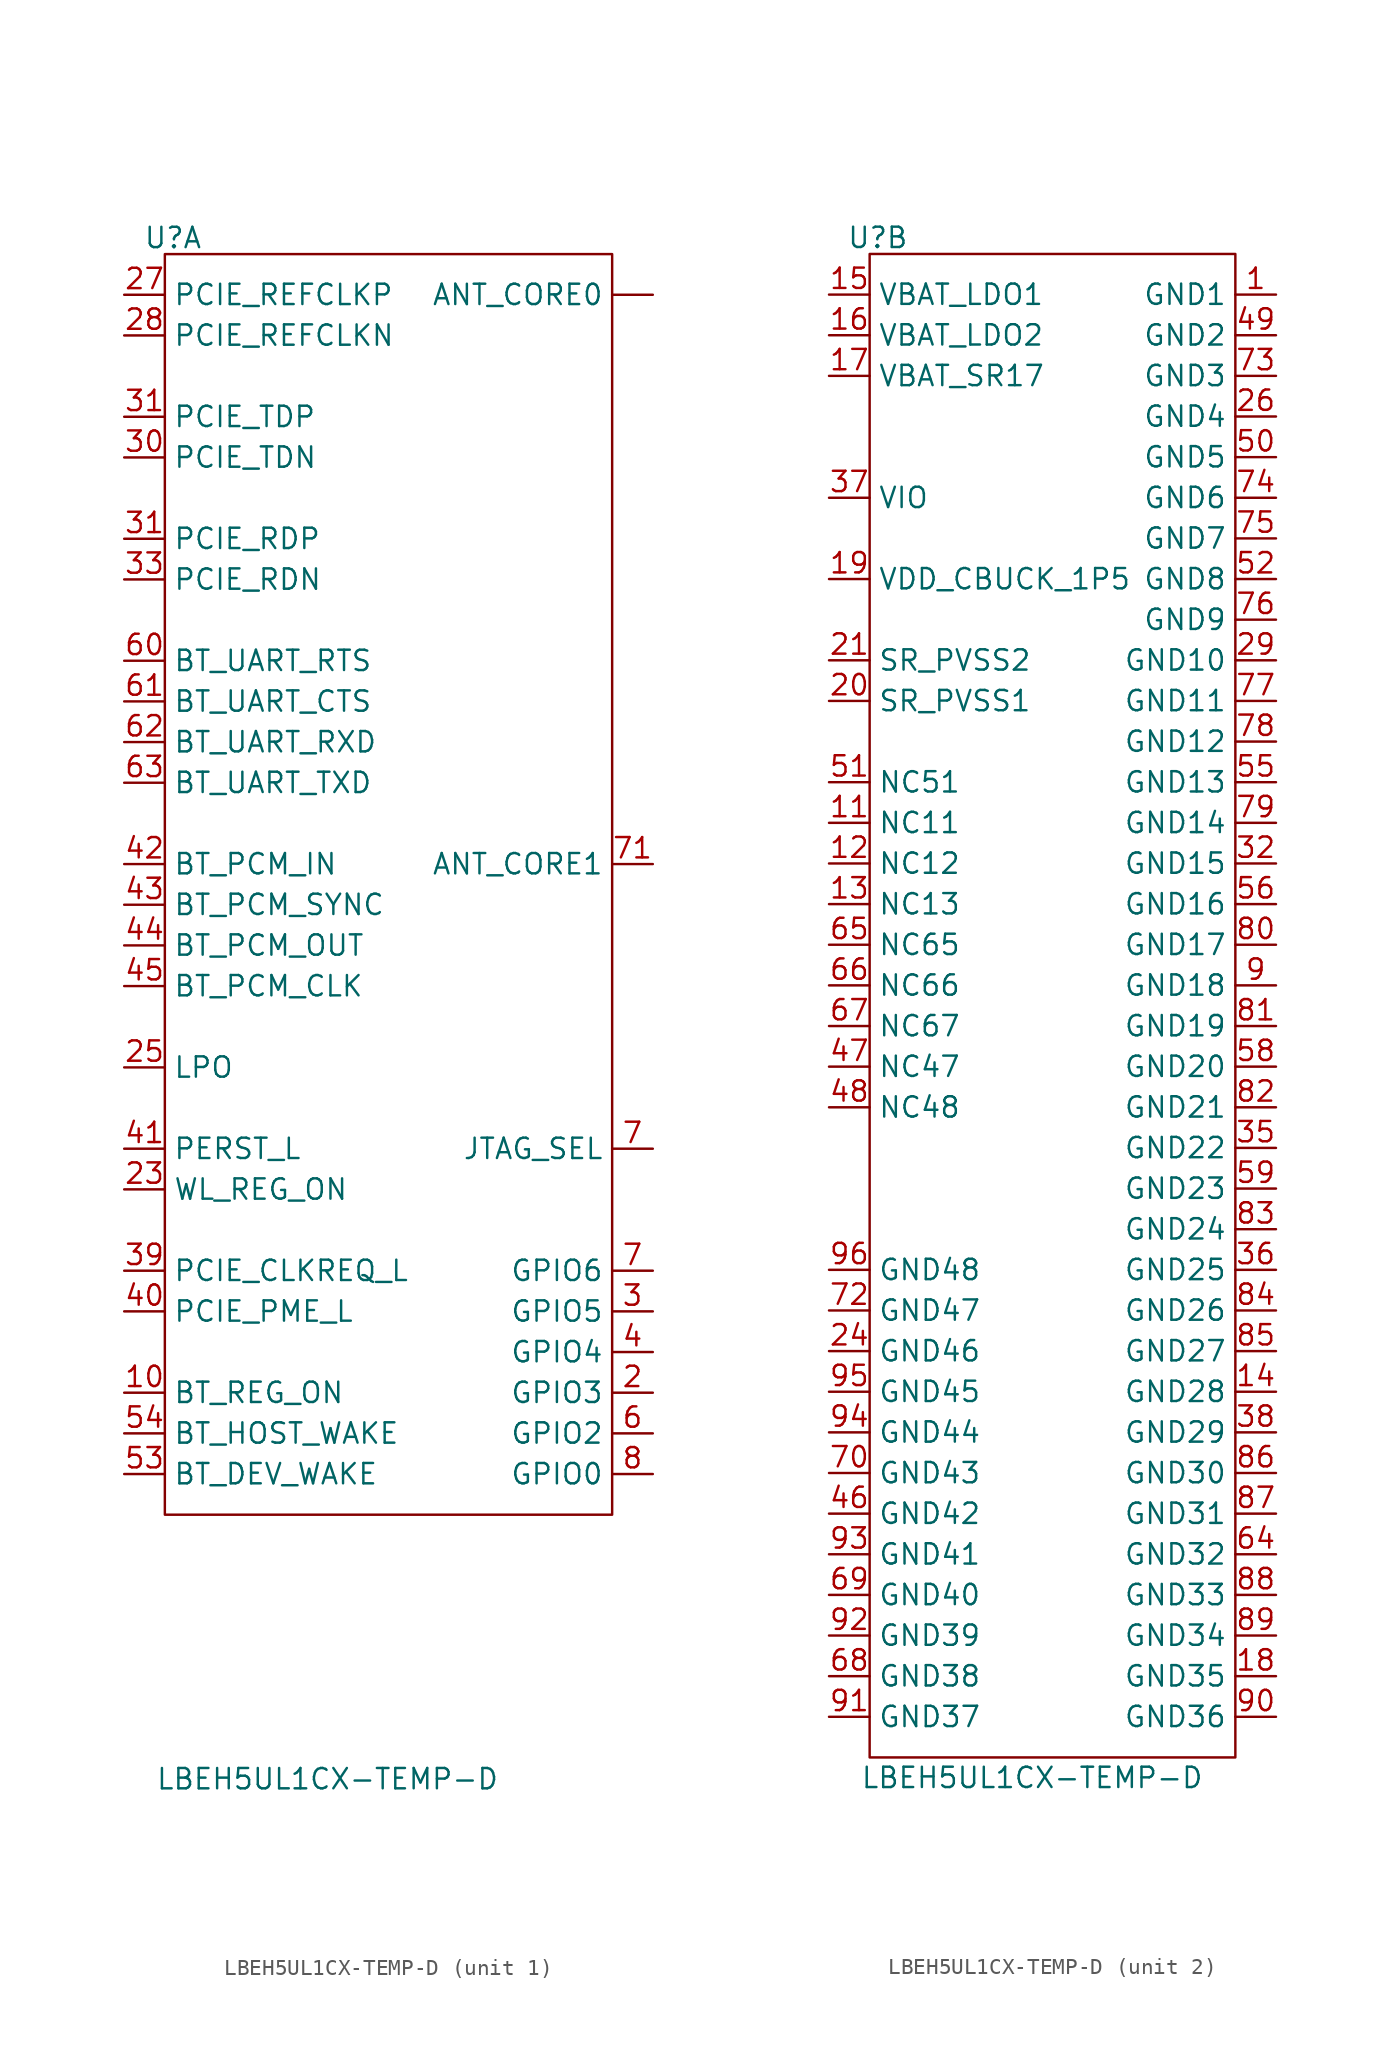
<source format=kicad_sym>
(kicad_symbol_lib
  (version 20231120)
  (generator "kicad_symbol_editor")
  (generator_version "7.99")
  (symbol "LBEH5UL1CX-TEMP-D"
    (property "Reference" "U"
      (at 0.508 1.016 0)
      (effects (font (size 1.27 1.27))))
    (property "Value" "LBEH5UL1CX-TEMP-D"
      (at 10.16 -95.25 0)
      (effects (font (size 1.27 1.27))))
    (property "ki_locked" ""
      (at 0 0 0)
      (effects (font (size 1.27 1.27))))
    (symbol "LBEH5UL1CX-TEMP-D_1_0"
      (pin unspecified line (at 30.48 -2.54 180) (length 2.54) (name "ANT_CORE0" (effects (font (size 1.27 1.27)))) (number "" (effects (font (size 1.27 1.27)))))
      (pin unspecified line (at -2.54 -71.12 0) (length 2.54) (name "BT_REG_ON" (effects (font (size 1.27 1.27)))) (number "10" (effects (font (size 1.27 1.27)))))
      (pin unspecified line (at 30.48 -71.12 180) (length 2.54) (name "GPIO3" (effects (font (size 1.27 1.27)))) (number "2" (effects (font (size 1.27 1.27)))))
      (pin unspecified line (at -2.54 -58.42 0) (length 2.54) (name "WL_REG_ON" (effects (font (size 1.27 1.27)))) (number "23" (effects (font (size 1.27 1.27)))))
      (pin unspecified line (at -2.54 -50.8 0) (length 2.54) (name "LPO" (effects (font (size 1.27 1.27)))) (number "25" (effects (font (size 1.27 1.27)))))
      (pin unspecified line (at -2.54 -2.54 0) (length 2.54) (name "PCIE_REFCLKP" (effects (font (size 1.27 1.27)))) (number "27" (effects (font (size 1.27 1.27)))))
      (pin unspecified line (at -2.54 -5.08 0) (length 2.54) (name "PCIE_REFCLKN" (effects (font (size 1.27 1.27)))) (number "28" (effects (font (size 1.27 1.27)))))
      (pin unspecified line (at 30.48 -66.04 180) (length 2.54) (name "GPIO5" (effects (font (size 1.27 1.27)))) (number "3" (effects (font (size 1.27 1.27)))))
      (pin unspecified line (at -2.54 -12.7 0) (length 2.54) (name "PCIE_TDN" (effects (font (size 1.27 1.27)))) (number "30" (effects (font (size 1.27 1.27)))))
      (pin unspecified line (at -2.54 -17.78 0) (length 2.54) (name "PCIE_RDP" (effects (font (size 1.27 1.27)))) (number "31" (effects (font (size 1.27 1.27)))))
      (pin unspecified line (at -2.54 -10.16 0) (length 2.54) (name "PCIE_TDP" (effects (font (size 1.27 1.27)))) (number "31" (effects (font (size 1.27 1.27)))))
      (pin unspecified line (at -2.54 -20.32 0) (length 2.54) (name "PCIE_RDN" (effects (font (size 1.27 1.27)))) (number "33" (effects (font (size 1.27 1.27)))))
      (pin unspecified line (at -2.54 -63.5 0) (length 2.54) (name "PCIE_CLKREQ_L" (effects (font (size 1.27 1.27)))) (number "39" (effects (font (size 1.27 1.27)))))
      (pin unspecified line (at 30.48 -68.58 180) (length 2.54) (name "GPIO4" (effects (font (size 1.27 1.27)))) (number "4" (effects (font (size 1.27 1.27)))))
      (pin unspecified line (at -2.54 -66.04 0) (length 2.54) (name "PCIE_PME_L" (effects (font (size 1.27 1.27)))) (number "40" (effects (font (size 1.27 1.27)))))
      (pin unspecified line (at -2.54 -55.88 0) (length 2.54) (name "PERST_L" (effects (font (size 1.27 1.27)))) (number "41" (effects (font (size 1.27 1.27)))))
      (pin unspecified line (at -2.54 -38.1 0) (length 2.54) (name "BT_PCM_IN" (effects (font (size 1.27 1.27)))) (number "42" (effects (font (size 1.27 1.27)))))
      (pin unspecified line (at -2.54 -40.64 0) (length 2.54) (name "BT_PCM_SYNC" (effects (font (size 1.27 1.27)))) (number "43" (effects (font (size 1.27 1.27)))))
      (pin unspecified line (at -2.54 -43.18 0) (length 2.54) (name "BT_PCM_OUT" (effects (font (size 1.27 1.27)))) (number "44" (effects (font (size 1.27 1.27)))))
      (pin unspecified line (at -2.54 -45.72 0) (length 2.54) (name "BT_PCM_CLK" (effects (font (size 1.27 1.27)))) (number "45" (effects (font (size 1.27 1.27)))))
      (pin unspecified line (at -2.54 -76.2 0) (length 2.54) (name "BT_DEV_WAKE" (effects (font (size 1.27 1.27)))) (number "53" (effects (font (size 1.27 1.27)))))
      (pin unspecified line (at -2.54 -73.66 0) (length 2.54) (name "BT_HOST_WAKE" (effects (font (size 1.27 1.27)))) (number "54" (effects (font (size 1.27 1.27)))))
      (pin unspecified line (at 30.48 -73.66 180) (length 2.54) (name "GPIO2" (effects (font (size 1.27 1.27)))) (number "6" (effects (font (size 1.27 1.27)))))
      (pin unspecified line (at -2.54 -25.4 0) (length 2.54) (name "BT_UART_RTS" (effects (font (size 1.27 1.27)))) (number "60" (effects (font (size 1.27 1.27)))))
      (pin unspecified line (at -2.54 -27.94 0) (length 2.54) (name "BT_UART_CTS" (effects (font (size 1.27 1.27)))) (number "61" (effects (font (size 1.27 1.27)))))
      (pin unspecified line (at -2.54 -30.48 0) (length 2.54) (name "BT_UART_RXD" (effects (font (size 1.27 1.27)))) (number "62" (effects (font (size 1.27 1.27)))))
      (pin unspecified line (at -2.54 -33.02 0) (length 2.54) (name "BT_UART_TXD" (effects (font (size 1.27 1.27)))) (number "63" (effects (font (size 1.27 1.27)))))
      (pin unspecified line (at 30.48 -63.5 180) (length 2.54) (name "GPIO6" (effects (font (size 1.27 1.27)))) (number "7" (effects (font (size 1.27 1.27)))))
      (pin unspecified line (at 30.48 -55.88 180) (length 2.54) (name "JTAG_SEL" (effects (font (size 1.27 1.27)))) (number "7" (effects (font (size 1.27 1.27)))))
      (pin unspecified line (at 30.48 -38.1 180) (length 2.54) (name "ANT_CORE1" (effects (font (size 1.27 1.27)))) (number "71" (effects (font (size 1.27 1.27)))))
      (pin unspecified line (at 30.48 -76.2 180) (length 2.54) (name "GPIO0" (effects (font (size 1.27 1.27)))) (number "8" (effects (font (size 1.27 1.27))))))
    (symbol "LBEH5UL1CX-TEMP-D_1_1"
      (rectangle (start 0 0) (end 27.94 -78.74) (stroke (width 0) (type default)) (fill (type none))))
    (symbol "LBEH5UL1CX-TEMP-D_2_0"
      (pin unspecified line (at 25.4 -2.54 180) (length 2.54) (name "GND1" (effects (font (size 1.27 1.27)))) (number "1" (effects (font (size 1.27 1.27)))))
      (pin unspecified line (at -2.54 -35.56 0) (length 2.54) (name "NC11" (effects (font (size 1.27 1.27)))) (number "11" (effects (font (size 1.27 1.27)))))
      (pin unspecified line (at -2.54 -38.1 0) (length 2.54) (name "NC12" (effects (font (size 1.27 1.27)))) (number "12" (effects (font (size 1.27 1.27)))))
      (pin unspecified line (at -2.54 -40.64 0) (length 2.54) (name "NC13" (effects (font (size 1.27 1.27)))) (number "13" (effects (font (size 1.27 1.27)))))
      (pin unspecified line (at 25.4 -71.12 180) (length 2.54) (name "GND28" (effects (font (size 1.27 1.27)))) (number "14" (effects (font (size 1.27 1.27)))))
      (pin unspecified line (at -2.54 -2.54 0) (length 2.54) (name "VBAT_LDO1" (effects (font (size 1.27 1.27)))) (number "15" (effects (font (size 1.27 1.27)))))
      (pin unspecified line (at -2.54 -5.08 0) (length 2.54) (name "VBAT_LDO2" (effects (font (size 1.27 1.27)))) (number "16" (effects (font (size 1.27 1.27)))))
      (pin unspecified line (at -2.54 -7.62 0) (length 2.54) (name "VBAT_SR17" (effects (font (size 1.27 1.27)))) (number "17" (effects (font (size 1.27 1.27)))))
      (pin unspecified line (at 25.4 -88.9 180) (length 2.54) (name "GND35" (effects (font (size 1.27 1.27)))) (number "18" (effects (font (size 1.27 1.27)))))
      (pin unspecified line (at -2.54 -20.32 0) (length 2.54) (name "VDD_CBUCK_1P5" (effects (font (size 1.27 1.27)))) (number "19" (effects (font (size 1.27 1.27)))))
      (pin unspecified line (at -2.54 -27.94 0) (length 2.54) (name "SR_PVSS1" (effects (font (size 1.27 1.27)))) (number "20" (effects (font (size 1.27 1.27)))))
      (pin unspecified line (at -2.54 -25.4 0) (length 2.54) (name "SR_PVSS2" (effects (font (size 1.27 1.27)))) (number "21" (effects (font (size 1.27 1.27)))))
      (pin unspecified line (at -2.54 -68.58 0) (length 2.54) (name "GND46" (effects (font (size 1.27 1.27)))) (number "24" (effects (font (size 1.27 1.27)))))
      (pin unspecified line (at 25.4 -10.16 180) (length 2.54) (name "GND4" (effects (font (size 1.27 1.27)))) (number "26" (effects (font (size 1.27 1.27)))))
      (pin unspecified line (at 25.4 -25.4 180) (length 2.54) (name "GND10" (effects (font (size 1.27 1.27)))) (number "29" (effects (font (size 1.27 1.27)))))
      (pin unspecified line (at 25.4 -38.1 180) (length 2.54) (name "GND15" (effects (font (size 1.27 1.27)))) (number "32" (effects (font (size 1.27 1.27)))))
      (pin unspecified line (at 25.4 -55.88 180) (length 2.54) (name "GND22" (effects (font (size 1.27 1.27)))) (number "35" (effects (font (size 1.27 1.27)))))
      (pin unspecified line (at 25.4 -63.5 180) (length 2.54) (name "GND25" (effects (font (size 1.27 1.27)))) (number "36" (effects (font (size 1.27 1.27)))))
      (pin unspecified line (at -2.54 -15.24 0) (length 2.54) (name "VIO" (effects (font (size 1.27 1.27)))) (number "37" (effects (font (size 1.27 1.27)))))
      (pin unspecified line (at 25.4 -73.66 180) (length 2.54) (name "GND29" (effects (font (size 1.27 1.27)))) (number "38" (effects (font (size 1.27 1.27)))))
      (pin unspecified line (at -2.54 -78.74 0) (length 2.54) (name "GND42" (effects (font (size 1.27 1.27)))) (number "46" (effects (font (size 1.27 1.27)))))
      (pin unspecified line (at -2.54 -50.8 0) (length 2.54) (name "NC47" (effects (font (size 1.27 1.27)))) (number "47" (effects (font (size 1.27 1.27)))))
      (pin unspecified line (at -2.54 -53.34 0) (length 2.54) (name "NC48" (effects (font (size 1.27 1.27)))) (number "48" (effects (font (size 1.27 1.27)))))
      (pin unspecified line (at 25.4 -5.08 180) (length 2.54) (name "GND2" (effects (font (size 1.27 1.27)))) (number "49" (effects (font (size 1.27 1.27)))))
      (pin unspecified line (at 25.4 -12.7 180) (length 2.54) (name "GND5" (effects (font (size 1.27 1.27)))) (number "50" (effects (font (size 1.27 1.27)))))
      (pin unspecified line (at -2.54 -33.02 0) (length 2.54) (name "NC51" (effects (font (size 1.27 1.27)))) (number "51" (effects (font (size 1.27 1.27)))))
      (pin unspecified line (at 25.4 -20.32 180) (length 2.54) (name "GND8" (effects (font (size 1.27 1.27)))) (number "52" (effects (font (size 1.27 1.27)))))
      (pin unspecified line (at 25.4 -33.02 180) (length 2.54) (name "GND13" (effects (font (size 1.27 1.27)))) (number "55" (effects (font (size 1.27 1.27)))))
      (pin unspecified line (at 25.4 -40.64 180) (length 2.54) (name "GND16" (effects (font (size 1.27 1.27)))) (number "56" (effects (font (size 1.27 1.27)))))
      (pin unspecified line (at 25.4 -50.8 180) (length 2.54) (name "GND20" (effects (font (size 1.27 1.27)))) (number "58" (effects (font (size 1.27 1.27)))))
      (pin unspecified line (at 25.4 -58.42 180) (length 2.54) (name "GND23" (effects (font (size 1.27 1.27)))) (number "59" (effects (font (size 1.27 1.27)))))
      (pin unspecified line (at 25.4 -81.28 180) (length 2.54) (name "GND32" (effects (font (size 1.27 1.27)))) (number "64" (effects (font (size 1.27 1.27)))))
      (pin unspecified line (at -2.54 -43.18 0) (length 2.54) (name "NC65" (effects (font (size 1.27 1.27)))) (number "65" (effects (font (size 1.27 1.27)))))
      (pin unspecified line (at -2.54 -45.72 0) (length 2.54) (name "NC66" (effects (font (size 1.27 1.27)))) (number "66" (effects (font (size 1.27 1.27)))))
      (pin unspecified line (at -2.54 -48.26 0) (length 2.54) (name "NC67" (effects (font (size 1.27 1.27)))) (number "67" (effects (font (size 1.27 1.27)))))
      (pin unspecified line (at -2.54 -88.9 0) (length 2.54) (name "GND38" (effects (font (size 1.27 1.27)))) (number "68" (effects (font (size 1.27 1.27)))))
      (pin unspecified line (at -2.54 -83.82 0) (length 2.54) (name "GND40" (effects (font (size 1.27 1.27)))) (number "69" (effects (font (size 1.27 1.27)))))
      (pin unspecified line (at -2.54 -76.2 0) (length 2.54) (name "GND43" (effects (font (size 1.27 1.27)))) (number "70" (effects (font (size 1.27 1.27)))))
      (pin unspecified line (at -2.54 -66.04 0) (length 2.54) (name "GND47" (effects (font (size 1.27 1.27)))) (number "72" (effects (font (size 1.27 1.27)))))
      (pin unspecified line (at 25.4 -7.62 180) (length 2.54) (name "GND3" (effects (font (size 1.27 1.27)))) (number "73" (effects (font (size 1.27 1.27)))))
      (pin unspecified line (at 25.4 -15.24 180) (length 2.54) (name "GND6" (effects (font (size 1.27 1.27)))) (number "74" (effects (font (size 1.27 1.27)))))
      (pin unspecified line (at 25.4 -17.78 180) (length 2.54) (name "GND7" (effects (font (size 1.27 1.27)))) (number "75" (effects (font (size 1.27 1.27)))))
      (pin unspecified line (at 25.4 -22.86 180) (length 2.54) (name "GND9" (effects (font (size 1.27 1.27)))) (number "76" (effects (font (size 1.27 1.27)))))
      (pin unspecified line (at 25.4 -27.94 180) (length 2.54) (name "GND11" (effects (font (size 1.27 1.27)))) (number "77" (effects (font (size 1.27 1.27)))))
      (pin unspecified line (at 25.4 -30.48 180) (length 2.54) (name "GND12" (effects (font (size 1.27 1.27)))) (number "78" (effects (font (size 1.27 1.27)))))
      (pin unspecified line (at 25.4 -35.56 180) (length 2.54) (name "GND14" (effects (font (size 1.27 1.27)))) (number "79" (effects (font (size 1.27 1.27)))))
      (pin unspecified line (at 25.4 -43.18 180) (length 2.54) (name "GND17" (effects (font (size 1.27 1.27)))) (number "80" (effects (font (size 1.27 1.27)))))
      (pin unspecified line (at 25.4 -48.26 180) (length 2.54) (name "GND19" (effects (font (size 1.27 1.27)))) (number "81" (effects (font (size 1.27 1.27)))))
      (pin unspecified line (at 25.4 -53.34 180) (length 2.54) (name "GND21" (effects (font (size 1.27 1.27)))) (number "82" (effects (font (size 1.27 1.27)))))
      (pin unspecified line (at 25.4 -60.96 180) (length 2.54) (name "GND24" (effects (font (size 1.27 1.27)))) (number "83" (effects (font (size 1.27 1.27)))))
      (pin unspecified line (at 25.4 -66.04 180) (length 2.54) (name "GND26" (effects (font (size 1.27 1.27)))) (number "84" (effects (font (size 1.27 1.27)))))
      (pin unspecified line (at 25.4 -68.58 180) (length 2.54) (name "GND27" (effects (font (size 1.27 1.27)))) (number "85" (effects (font (size 1.27 1.27)))))
      (pin unspecified line (at 25.4 -76.2 180) (length 2.54) (name "GND30" (effects (font (size 1.27 1.27)))) (number "86" (effects (font (size 1.27 1.27)))))
      (pin unspecified line (at 25.4 -78.74 180) (length 2.54) (name "GND31" (effects (font (size 1.27 1.27)))) (number "87" (effects (font (size 1.27 1.27)))))
      (pin unspecified line (at 25.4 -83.82 180) (length 2.54) (name "GND33" (effects (font (size 1.27 1.27)))) (number "88" (effects (font (size 1.27 1.27)))))
      (pin unspecified line (at 25.4 -86.36 180) (length 2.54) (name "GND34" (effects (font (size 1.27 1.27)))) (number "89" (effects (font (size 1.27 1.27)))))
      (pin unspecified line (at 25.4 -45.72 180) (length 2.54) (name "GND18" (effects (font (size 1.27 1.27)))) (number "9" (effects (font (size 1.27 1.27)))))
      (pin unspecified line (at 25.4 -91.44 180) (length 2.54) (name "GND36" (effects (font (size 1.27 1.27)))) (number "90" (effects (font (size 1.27 1.27)))))
      (pin unspecified line (at -2.54 -91.44 0) (length 2.54) (name "GND37" (effects (font (size 1.27 1.27)))) (number "91" (effects (font (size 1.27 1.27)))))
      (pin unspecified line (at -2.54 -86.36 0) (length 2.54) (name "GND39" (effects (font (size 1.27 1.27)))) (number "92" (effects (font (size 1.27 1.27)))))
      (pin unspecified line (at -2.54 -81.28 0) (length 2.54) (name "GND41" (effects (font (size 1.27 1.27)))) (number "93" (effects (font (size 1.27 1.27)))))
      (pin unspecified line (at -2.54 -73.66 0) (length 2.54) (name "GND44" (effects (font (size 1.27 1.27)))) (number "94" (effects (font (size 1.27 1.27)))))
      (pin unspecified line (at -2.54 -71.12 0) (length 2.54) (name "GND45" (effects (font (size 1.27 1.27)))) (number "95" (effects (font (size 1.27 1.27)))))
      (pin unspecified line (at -2.54 -63.5 0) (length 2.54) (name "GND48" (effects (font (size 1.27 1.27)))) (number "96" (effects (font (size 1.27 1.27))))))
    (symbol "LBEH5UL1CX-TEMP-D_2_1"
      (rectangle (start 0 0) (end 22.86 -93.98) (stroke (width 0) (type default)) (fill (type none))))))
</source>
